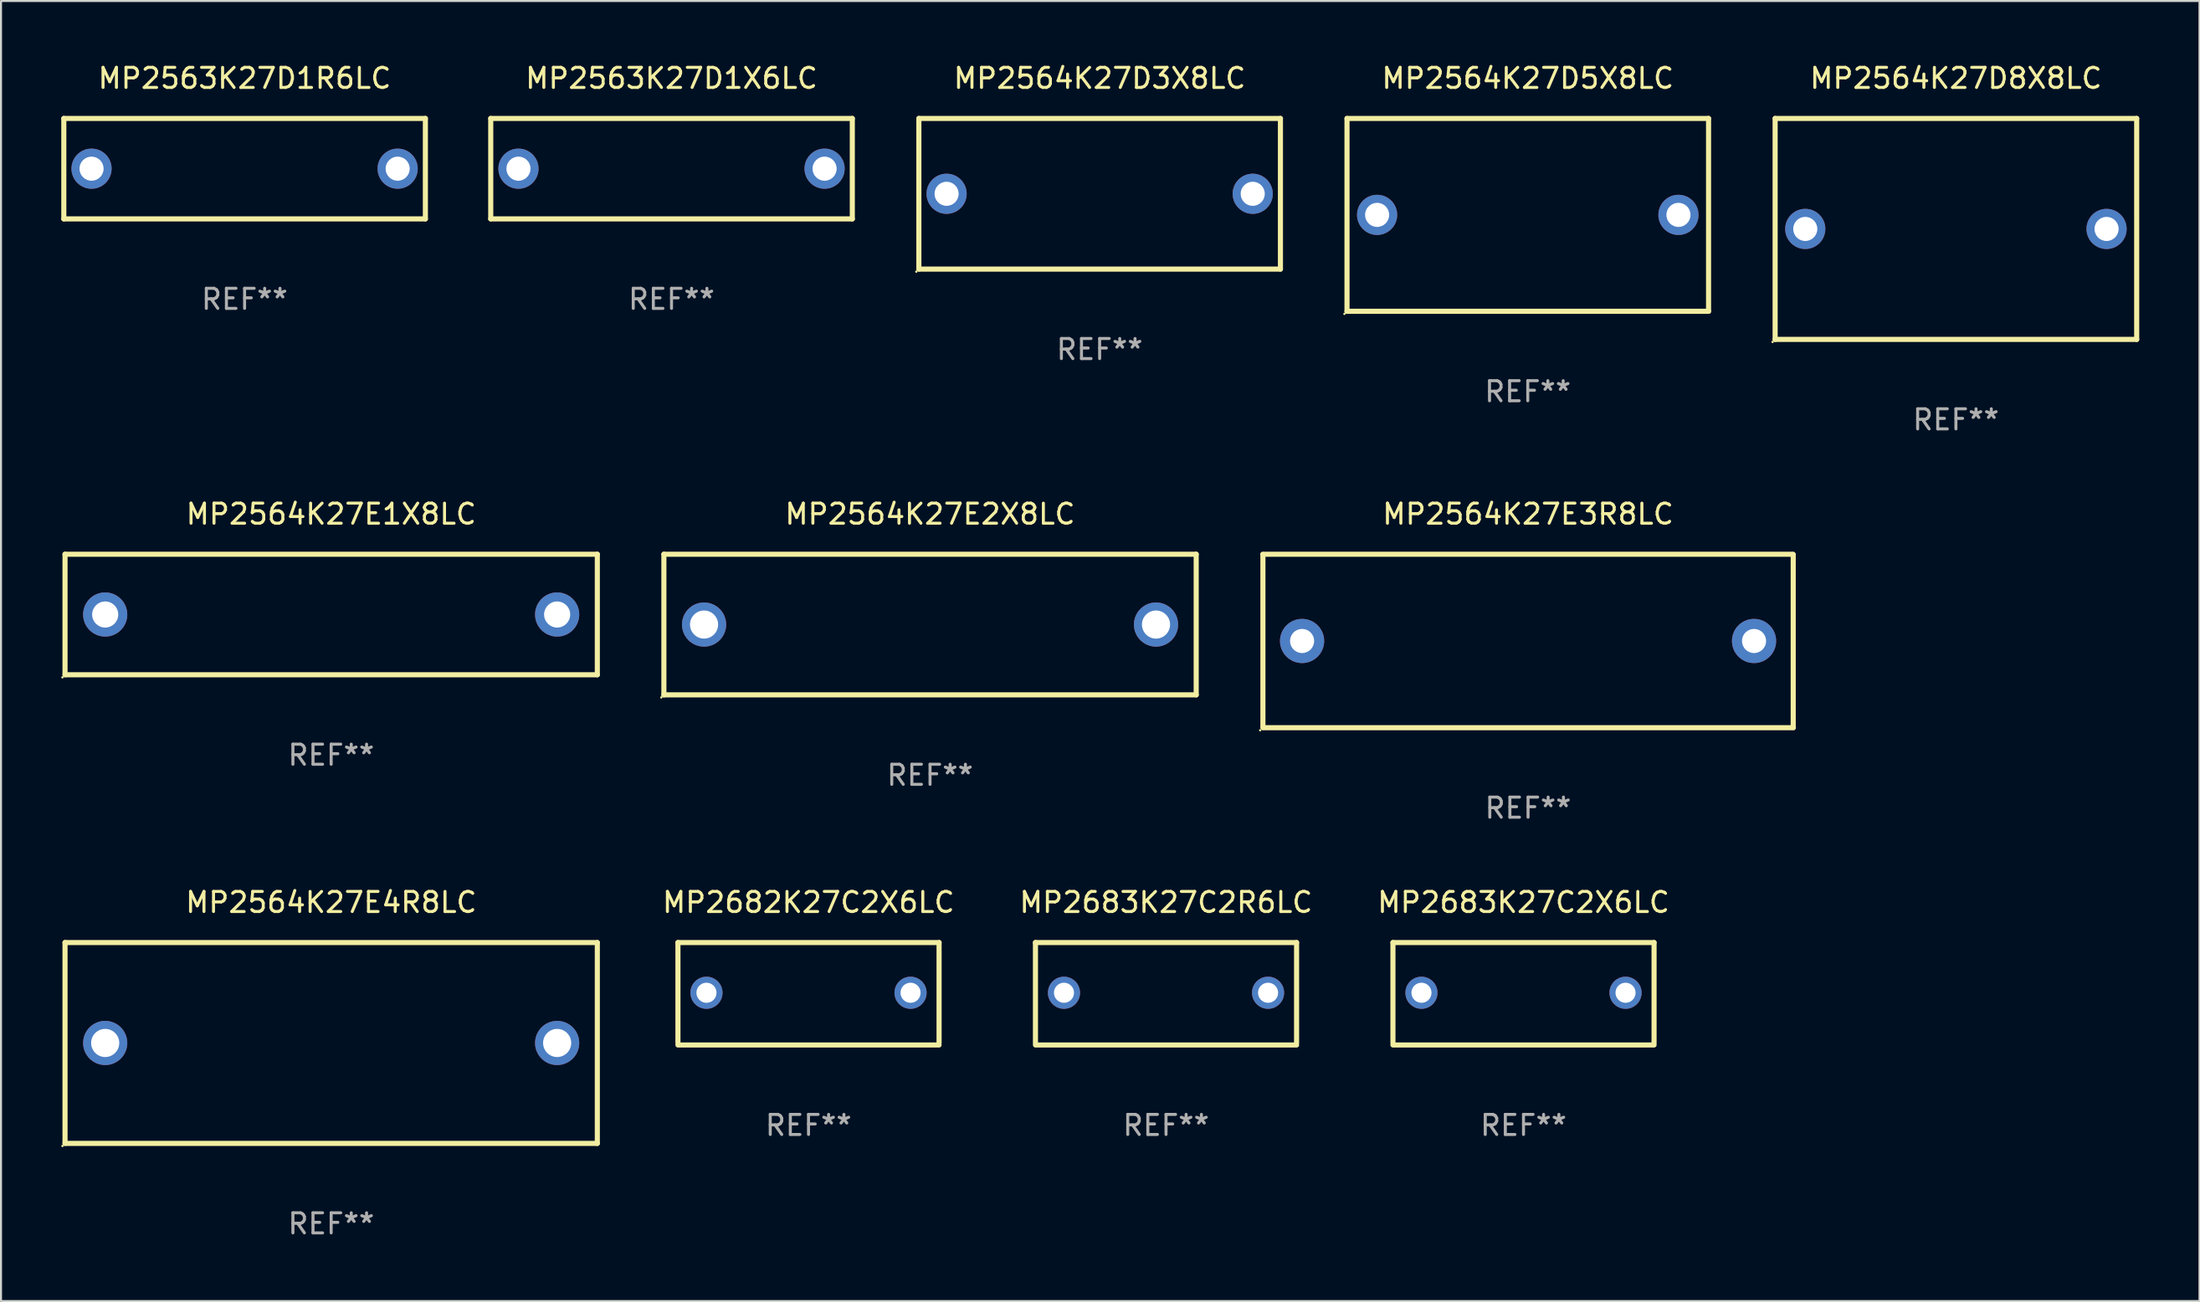
<source format=kicad_pcb>
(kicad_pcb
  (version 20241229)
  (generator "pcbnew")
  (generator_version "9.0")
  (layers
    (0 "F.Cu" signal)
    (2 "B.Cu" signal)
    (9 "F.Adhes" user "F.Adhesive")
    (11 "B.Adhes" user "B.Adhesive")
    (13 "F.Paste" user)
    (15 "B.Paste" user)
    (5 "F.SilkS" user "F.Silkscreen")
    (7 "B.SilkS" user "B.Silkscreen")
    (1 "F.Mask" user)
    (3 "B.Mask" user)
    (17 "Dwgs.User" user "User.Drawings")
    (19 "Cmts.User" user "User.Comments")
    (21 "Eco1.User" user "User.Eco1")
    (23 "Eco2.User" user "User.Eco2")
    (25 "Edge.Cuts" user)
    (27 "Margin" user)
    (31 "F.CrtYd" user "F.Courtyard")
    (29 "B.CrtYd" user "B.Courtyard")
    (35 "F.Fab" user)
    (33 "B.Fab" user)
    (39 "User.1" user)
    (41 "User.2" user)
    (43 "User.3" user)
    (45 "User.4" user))
  (footprint "MP2564K27D8X8LC"
    (layer "F.Cu")
    (at 94.323 8.348)
    (property "Reference" "MP2564K27D8X8LC" (at 0 -7.5 0) (layer "F.SilkS") (effects (font (size 1 1) (thickness 0.15))))
    (attr through_hole)
    (fp_line (start -9 -5.5) (end 9 -5.5) (stroke (width 0.254) (type solid)) (layer "F.SilkS"))
    (fp_line (start -9 5.5) (end -9 -5.5) (stroke (width 0.254) (type solid)) (layer "F.SilkS"))
    (fp_line (start 9 -5.5) (end 9 5.5) (stroke (width 0.254) (type solid)) (layer "F.SilkS"))
    (fp_line (start 9 5.5) (end -9 5.5) (stroke (width 0.254) (type solid)) (layer "F.SilkS"))
    (fp_circle (center -9.127 5.627) (end -9.097 5.627) (stroke (width 0.06) (type solid)) (fill no) (layer "F.SilkS"))
    (fp_text user "REF**" (at 0 9.5 0) (layer "F.Fab") (effects (font (size 1 1) (thickness 0.15))))
    (pad "1" thru_hole circle (at -7.5 0) (size 2 2) (drill 1.2) (layers "*.Cu" "*.Mask"))
    (pad "2" thru_hole circle (at 7.5 0) (size 2 2) (drill 1.2) (layers "*.Cu" "*.Mask")))
  (footprint "MP2564K27E3R8LC"
    (layer "F.Cu")
    (at 73.023 28.863)
    (property "Reference" "MP2564K27E3R8LC" (at 0 -6.318 0) (layer "F.SilkS") (effects (font (size 1 1) (thickness 0.15))))
    (attr through_hole)
    (fp_line (start -13.208 -4.318) (end 13.193 -4.318) (stroke (width 0.254) (type solid)) (layer "F.SilkS"))
    (fp_line (start -13.2 4.3) (end -13.2 -4.3) (stroke (width 0.254) (type solid)) (layer "F.SilkS"))
    (fp_line (start 13.2 -4.3) (end 13.2 4.3) (stroke (width 0.254) (type solid)) (layer "F.SilkS"))
    (fp_line (start 13.208 4.318) (end -13.193 4.318) (stroke (width 0.254) (type solid)) (layer "F.SilkS"))
    (fp_circle (center -13.335 4.445) (end -13.305 4.445) (stroke (width 0.06) (type solid)) (fill no) (layer "F.SilkS"))
    (fp_text user "REF**" (at 0 8.318 0) (layer "F.Fab") (effects (font (size 1 1) (thickness 0.15))))
    (pad "1" thru_hole circle (at -11.25 0) (size 2.2 2.2) (drill 1.2) (layers "*.Cu" "*.Mask"))
    (pad "2" thru_hole circle (at 11.25 0) (size 2.2 2.2) (drill 1.2) (layers "*.Cu" "*.Mask")))
  (footprint "MP2563K27D1X6LC"
    (layer "F.Cu")
    (at 30.381 5.348)
    (property "Reference" "MP2563K27D1X6LC" (at 0 -4.5 0) (layer "F.SilkS") (effects (font (size 1 1) (thickness 0.15))))
    (attr through_hole)
    (fp_line (start -9 -2.5) (end 9 -2.5) (stroke (width 0.254) (type solid)) (layer "F.SilkS"))
    (fp_line (start -9 2.5) (end -9 -2.5) (stroke (width 0.254) (type solid)) (layer "F.SilkS"))
    (fp_line (start 9 -2.5) (end 9 2.5) (stroke (width 0.254) (type solid)) (layer "F.SilkS"))
    (fp_line (start 9 2.5) (end -9 2.5) (stroke (width 0.254) (type solid)) (layer "F.SilkS"))
    (fp_circle (center -9 2.5) (end -8.97 2.5) (stroke (width 0.06) (type solid)) (fill no) (layer "F.SilkS"))
    (fp_text user "REF**" (at 0 6.5 0) (layer "F.Fab") (effects (font (size 1 1) (thickness 0.15))))
    (pad "1" thru_hole circle (at -7.62 -0.000127) (size 2 2) (drill 1.2) (layers "*.Cu" "*.Mask"))
    (pad "2" thru_hole circle (at 7.62 -0.000127) (size 2 2) (drill 1.2) (layers "*.Cu" "*.Mask")))
  (footprint "MP2564K27D5X8LC"
    (layer "F.Cu")
    (at 73.009 7.648)
    (property "Reference" "MP2564K27D5X8LC" (at 0 -6.8 0) (layer "F.SilkS") (effects (font (size 1 1) (thickness 0.15))))
    (attr through_hole)
    (fp_line (start -9 -4.8) (end 9 -4.8) (stroke (width 0.254) (type solid)) (layer "F.SilkS"))
    (fp_line (start -9 4.8) (end -9 -4.8) (stroke (width 0.254) (type solid)) (layer "F.SilkS"))
    (fp_line (start 9 -4.8) (end 9 4.8) (stroke (width 0.254) (type solid)) (layer "F.SilkS"))
    (fp_line (start 9 4.8) (end -9 4.8) (stroke (width 0.254) (type solid)) (layer "F.SilkS"))
    (fp_circle (center -9.127 4.927) (end -9.097 4.927) (stroke (width 0.06) (type solid)) (fill no) (layer "F.SilkS"))
    (fp_text user "REF**" (at 0 8.8 0) (layer "F.Fab") (effects (font (size 1 1) (thickness 0.15))))
    (pad "1" thru_hole circle (at -7.501 0) (size 2 2) (drill 1.2) (layers "*.Cu" "*.Mask"))
    (pad "2" thru_hole circle (at 7.501 0) (size 2 2) (drill 1.2) (layers "*.Cu" "*.Mask")))
  (footprint "MP2564K27E1X8LC"
    (layer "F.Cu")
    (at 13.437 27.545)
    (property "Reference" "MP2564K27E1X8LC" (at 0 -5 0) (layer "F.SilkS") (effects (font (size 1 1) (thickness 0.15))))
    (attr through_hole)
    (fp_line (start -13.25 -3) (end 13.25 -3) (stroke (width 0.254) (type solid)) (layer "F.SilkS"))
    (fp_line (start -13.25 3) (end -13.25 -3) (stroke (width 0.254) (type solid)) (layer "F.SilkS"))
    (fp_line (start 13.25 -3) (end 13.25 3) (stroke (width 0.254) (type solid)) (layer "F.SilkS"))
    (fp_line (start 13.25 3) (end -13.25 3) (stroke (width 0.254) (type solid)) (layer "F.SilkS"))
    (fp_circle (center -13.377 3.127) (end -13.347 3.127) (stroke (width 0.06) (type solid)) (fill no) (layer "F.SilkS"))
    (fp_text user "REF**" (at 0 7 0) (layer "F.Fab") (effects (font (size 1 1) (thickness 0.15))))
    (pad "1" thru_hole circle (at -11.25 0) (size 2.2 2.2) (drill 1.3) (layers "*.Cu" "*.Mask"))
    (pad "2" thru_hole circle (at 11.25 0) (size 2.2 2.2) (drill 1.3) (layers "*.Cu" "*.Mask")))
  (footprint "MP2563K27D1R6LC"
    (layer "F.Cu")
    (at 9.127 5.348)
    (property "Reference" "MP2563K27D1R6LC" (at 0 -4.5 0) (layer "F.SilkS") (effects (font (size 1 1) (thickness 0.15))))
    (attr through_hole)
    (fp_line (start -9 -2.5) (end 9 -2.5) (stroke (width 0.254) (type solid)) (layer "F.SilkS"))
    (fp_line (start -9 2.5) (end -9 -2.5) (stroke (width 0.254) (type solid)) (layer "F.SilkS"))
    (fp_line (start 9 -2.5) (end 9 2.5) (stroke (width 0.254) (type solid)) (layer "F.SilkS"))
    (fp_line (start 9 2.5) (end -9 2.5) (stroke (width 0.254) (type solid)) (layer "F.SilkS"))
    (fp_circle (center -9 2.5) (end -8.97 2.5) (stroke (width 0.06) (type solid)) (fill no) (layer "F.SilkS"))
    (fp_text user "REF**" (at 0 6.5 0) (layer "F.Fab") (effects (font (size 1 1) (thickness 0.15))))
    (pad "1" thru_hole circle (at -7.62 -0.000127) (size 2 2) (drill 1.2) (layers "*.Cu" "*.Mask"))
    (pad "2" thru_hole circle (at 7.62 -0.000127) (size 2 2) (drill 1.2) (layers "*.Cu" "*.Mask")))
  (footprint "MP2683K27C2X6LC"
    (layer "F.Cu")
    (at 72.796 46.427)
    (property "Reference" "MP2683K27C2X6LC" (at 0 -4.55 0) (layer "F.SilkS") (effects (font (size 1 1) (thickness 0.15))))
    (attr through_hole)
    (fp_line (start -6.5 -2.55) (end 6.5 -2.55) (stroke (width 0.254) (type solid)) (layer "F.SilkS"))
    (fp_line (start -6.5 2.45) (end -6.5 -2.55) (stroke (width 0.254) (type solid)) (layer "F.SilkS"))
    (fp_line (start 6.5 -2.55) (end 6.5 2.45) (stroke (width 0.254) (type solid)) (layer "F.SilkS"))
    (fp_line (start 6.5 2.55) (end -6.5 2.55) (stroke (width 0.254) (type solid)) (layer "F.SilkS"))
    (fp_circle (center -6.5 2.45) (end -6.47 2.45) (stroke (width 0.06) (type solid)) (fill no) (layer "F.SilkS"))
    (fp_text user "REF**" (at 0 6.55 0) (layer "F.Fab") (effects (font (size 1 1) (thickness 0.15))))
    (pad "1" thru_hole circle (at -5.08 -0.05) (size 1.6 1.6) (drill 1) (layers "*.Cu" "*.Mask"))
    (pad "2" thru_hole circle (at 5.08 -0.05) (size 1.6 1.6) (drill 1) (layers "*.Cu" "*.Mask")))
  (footprint "MP2682K27C2X6LC"
    (layer "F.Cu")
    (at 37.201 46.427)
    (property "Reference" "MP2682K27C2X6LC" (at 0 -4.55 0) (layer "F.SilkS") (effects (font (size 1 1) (thickness 0.15))))
    (attr through_hole)
    (fp_line (start -6.5 -2.55) (end 6.5 -2.55) (stroke (width 0.254) (type solid)) (layer "F.SilkS"))
    (fp_line (start -6.5 2.45) (end -6.5 -2.55) (stroke (width 0.254) (type solid)) (layer "F.SilkS"))
    (fp_line (start 6.5 -2.55) (end 6.5 2.45) (stroke (width 0.254) (type solid)) (layer "F.SilkS"))
    (fp_line (start 6.5 2.55) (end -6.5 2.55) (stroke (width 0.254) (type solid)) (layer "F.SilkS"))
    (fp_circle (center -6.5 2.45) (end -6.47 2.45) (stroke (width 0.06) (type solid)) (fill no) (layer "F.SilkS"))
    (fp_text user "REF**" (at 0 6.55 0) (layer "F.Fab") (effects (font (size 1 1) (thickness 0.15))))
    (pad "1" thru_hole circle (at -5.08 -0.05) (size 1.6 1.6) (drill 1) (layers "*.Cu" "*.Mask"))
    (pad "2" thru_hole circle (at 5.08 -0.05) (size 1.6 1.6) (drill 1) (layers "*.Cu" "*.Mask")))
  (footprint "MP2683K27C2R6LC"
    (layer "F.Cu")
    (at 54.999 46.427)
    (property "Reference" "MP2683K27C2R6LC" (at 0 -4.55 0) (layer "F.SilkS") (effects (font (size 1 1) (thickness 0.15))))
    (attr through_hole)
    (fp_line (start -6.5 -2.55) (end 6.5 -2.55) (stroke (width 0.254) (type solid)) (layer "F.SilkS"))
    (fp_line (start -6.5 2.45) (end -6.5 -2.55) (stroke (width 0.254) (type solid)) (layer "F.SilkS"))
    (fp_line (start 6.5 -2.55) (end 6.5 2.45) (stroke (width 0.254) (type solid)) (layer "F.SilkS"))
    (fp_line (start 6.5 2.55) (end -6.5 2.55) (stroke (width 0.254) (type solid)) (layer "F.SilkS"))
    (fp_circle (center -6.5 2.45) (end -6.47 2.45) (stroke (width 0.06) (type solid)) (fill no) (layer "F.SilkS"))
    (fp_text user "REF**" (at 0 6.55 0) (layer "F.Fab") (effects (font (size 1 1) (thickness 0.15))))
    (pad "1" thru_hole circle (at -5.08 -0.05) (size 1.6 1.6) (drill 1) (layers "*.Cu" "*.Mask"))
    (pad "2" thru_hole circle (at 5.08 -0.05) (size 1.6 1.6) (drill 1) (layers "*.Cu" "*.Mask")))
  (footprint "MP2564K27E2X8LC"
    (layer "F.Cu")
    (at 43.251 28.045)
    (property "Reference" "MP2564K27E2X8LC" (at 0 -5.5 0) (layer "F.SilkS") (effects (font (size 1 1) (thickness 0.15))))
    (attr through_hole)
    (fp_line (start -13.25 -3.5) (end 13.25 -3.5) (stroke (width 0.254) (type solid)) (layer "F.SilkS"))
    (fp_line (start -13.25 3.5) (end -13.25 -3.5) (stroke (width 0.254) (type solid)) (layer "F.SilkS"))
    (fp_line (start 13.25 -3.5) (end 13.25 3.5) (stroke (width 0.254) (type solid)) (layer "F.SilkS"))
    (fp_line (start 13.25 3.5) (end -13.25 3.5) (stroke (width 0.254) (type solid)) (layer "F.SilkS"))
    (fp_circle (center -13.377 3.627) (end -13.347 3.627) (stroke (width 0.06) (type solid)) (fill no) (layer "F.SilkS"))
    (fp_text user "REF**" (at 0 7.5 0) (layer "F.Fab") (effects (font (size 1 1) (thickness 0.15))))
    (pad "1" thru_hole circle (at -11.25 0) (size 2.2 2.2) (drill 1.4) (layers "*.Cu" "*.Mask"))
    (pad "2" thru_hole circle (at 11.25 0) (size 2.2 2.2) (drill 1.4) (layers "*.Cu" "*.Mask")))
  (footprint "MP2564K27E4R8LC"
    (layer "F.Cu")
    (at 13.437 48.877)
    (property "Reference" "MP2564K27E4R8LC" (at 0 -7 0) (layer "F.SilkS") (effects (font (size 1 1) (thickness 0.15))))
    (attr through_hole)
    (fp_line (start -13.25 -5) (end 13.25 -5) (stroke (width 0.254) (type solid)) (layer "F.SilkS"))
    (fp_line (start -13.25 5) (end -13.25 -5) (stroke (width 0.254) (type solid)) (layer "F.SilkS"))
    (fp_line (start 13.25 -5) (end 13.25 5) (stroke (width 0.254) (type solid)) (layer "F.SilkS"))
    (fp_line (start 13.25 5) (end -13.25 5) (stroke (width 0.254) (type solid)) (layer "F.SilkS"))
    (fp_circle (center -13.377 5.127) (end -13.347 5.127) (stroke (width 0.06) (type solid)) (fill no) (layer "F.SilkS"))
    (fp_text user "REF**" (at 0 9 0) (layer "F.Fab") (effects (font (size 1 1) (thickness 0.15))))
    (pad "1" thru_hole circle (at -11.25 0) (size 2.2 2.2) (drill 1.4) (layers "*.Cu" "*.Mask"))
    (pad "2" thru_hole circle (at 11.25 0) (size 2.2 2.2) (drill 1.4) (layers "*.Cu" "*.Mask")))
  (footprint "MP2564K27D3X8LC"
    (layer "F.Cu")
    (at 51.695 6.598)
    (property "Reference" "MP2564K27D3X8LC" (at 0 -5.75 0) (layer "F.SilkS") (effects (font (size 1 1) (thickness 0.15))))
    (attr through_hole)
    (fp_line (start -9 -3.75) (end 9 -3.75) (stroke (width 0.254) (type solid)) (layer "F.SilkS"))
    (fp_line (start -9 3.75) (end -9 -3.75) (stroke (width 0.254) (type solid)) (layer "F.SilkS"))
    (fp_line (start 9 -3.75) (end 9 3.75) (stroke (width 0.254) (type solid)) (layer "F.SilkS"))
    (fp_line (start 9 3.75) (end -9 3.75) (stroke (width 0.254) (type solid)) (layer "F.SilkS"))
    (fp_circle (center -9.127 3.877) (end -9.097 3.877) (stroke (width 0.06) (type solid)) (fill no) (layer "F.SilkS"))
    (fp_text user "REF**" (at 0 7.75 0) (layer "F.Fab") (effects (font (size 1 1) (thickness 0.15))))
    (pad "1" thru_hole circle (at -7.62 0) (size 2 2) (drill 1.2) (layers "*.Cu" "*.Mask"))
    (pad "2" thru_hole circle (at 7.62 0) (size 2 2) (drill 1.2) (layers "*.Cu" "*.Mask")))
  (gr_rect
    (start -3 -3)
    (end 106.45 61.726)
    (stroke (width 0.1) (type default))
    (fill no)
    (layer "Edge.Cuts")))
</source>
